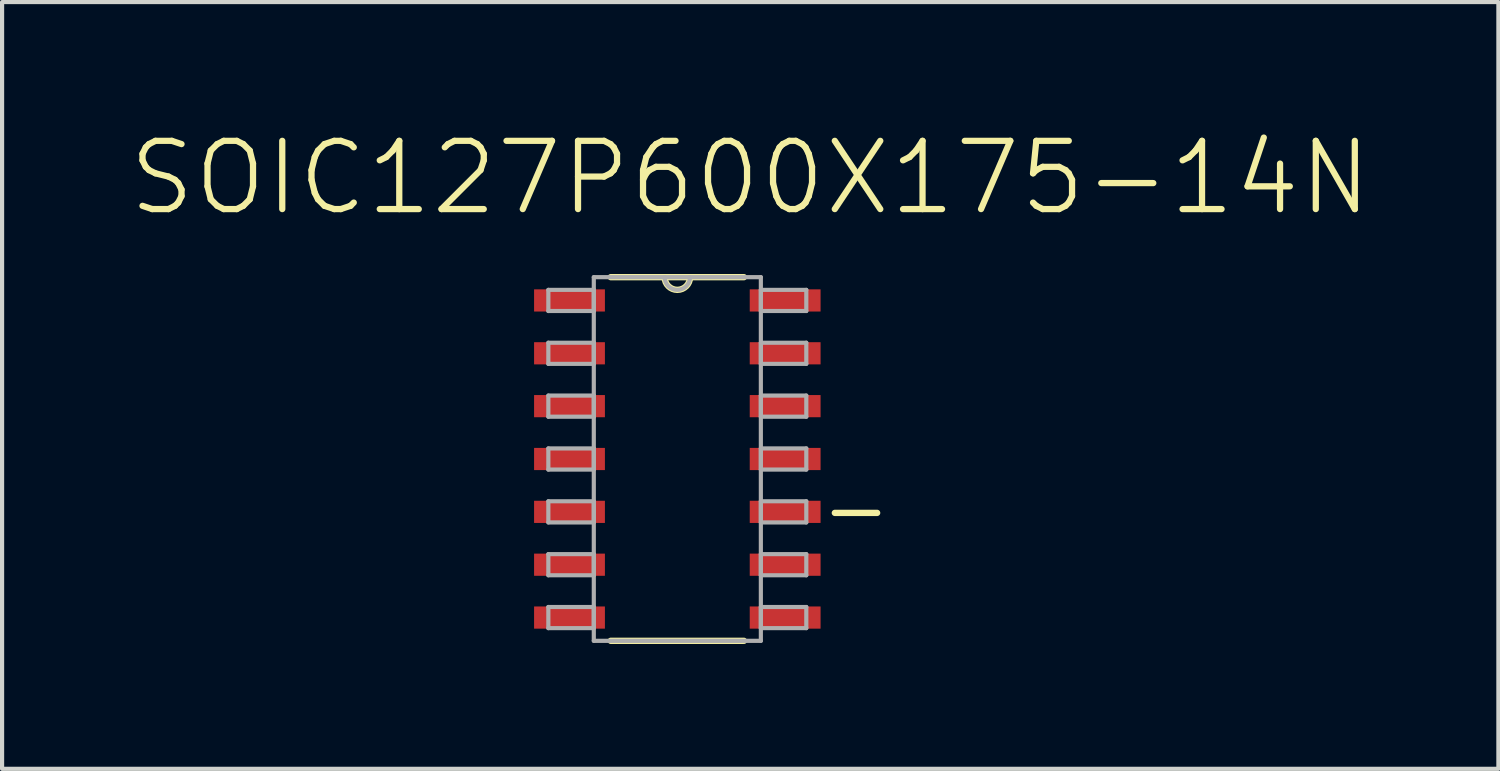
<source format=kicad_pcb>
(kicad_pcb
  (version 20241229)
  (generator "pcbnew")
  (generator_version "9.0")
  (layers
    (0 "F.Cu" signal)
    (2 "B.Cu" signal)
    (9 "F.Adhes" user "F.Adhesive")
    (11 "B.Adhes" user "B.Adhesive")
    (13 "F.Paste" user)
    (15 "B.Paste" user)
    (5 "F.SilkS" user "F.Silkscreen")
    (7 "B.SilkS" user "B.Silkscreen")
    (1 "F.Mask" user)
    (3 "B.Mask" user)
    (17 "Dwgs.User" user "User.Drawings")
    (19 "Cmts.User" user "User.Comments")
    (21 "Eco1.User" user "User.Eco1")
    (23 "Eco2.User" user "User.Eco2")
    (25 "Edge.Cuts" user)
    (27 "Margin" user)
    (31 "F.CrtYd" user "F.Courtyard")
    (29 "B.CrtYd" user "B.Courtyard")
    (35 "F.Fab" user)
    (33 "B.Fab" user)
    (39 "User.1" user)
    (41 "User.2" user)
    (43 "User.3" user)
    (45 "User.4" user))
  (footprint "SOIC127P600X175-14N"
    (layer "F.Cu")
    (at 13.225 7.979)
    (property "Reference" "SOIC127P600X175-14N" (at 1.753 -6.756 0) (layer "F.SilkS") (effects (font (size 1.64 1.64) (thickness 0.15))))
    (attr smd)
    (fp_line (start -1.6 4.369) (end 1.6 4.369) (stroke (width 0.152) (type solid)) (layer "F.SilkS"))
    (fp_line (start -0.305 -4.369) (end -1.6 -4.369) (stroke (width 0.152) (type solid)) (layer "F.SilkS"))
    (fp_line (start 0.305 -4.369) (end -0.305 -4.369) (stroke (width 0.152) (type solid)) (layer "F.SilkS"))
    (fp_line (start 1.6 -4.369) (end 0.305 -4.369) (stroke (width 0.152) (type solid)) (layer "F.SilkS"))
    (fp_line (start 4.801 1.295) (end 3.785 1.295) (stroke (width 0.152) (type solid)) (layer "F.SilkS"))
    (fp_arc (start 0.3048 -4.3688) (mid 0 -4.064) (end -0.3048 -4.3688) (stroke (width 0.1524) (type solid)) (layer "F.SilkS"))
    (fp_line (start -3.099 -4.064) (end -3.099 -3.556) (stroke (width 0.1) (type solid)) (layer "F.Fab"))
    (fp_line (start -3.099 -3.556) (end -2.007 -3.556) (stroke (width 0.1) (type solid)) (layer "F.Fab"))
    (fp_line (start -3.099 -2.794) (end -3.099 -2.286) (stroke (width 0.1) (type solid)) (layer "F.Fab"))
    (fp_line (start -3.099 -2.286) (end -2.007 -2.286) (stroke (width 0.1) (type solid)) (layer "F.Fab"))
    (fp_line (start -3.099 -1.524) (end -3.099 -1.016) (stroke (width 0.1) (type solid)) (layer "F.Fab"))
    (fp_line (start -3.099 -1.016) (end -2.007 -1.016) (stroke (width 0.1) (type solid)) (layer "F.Fab"))
    (fp_line (start -3.099 -0.254) (end -3.099 0.254) (stroke (width 0.1) (type solid)) (layer "F.Fab"))
    (fp_line (start -3.099 0.254) (end -2.007 0.254) (stroke (width 0.1) (type solid)) (layer "F.Fab"))
    (fp_line (start -3.099 1.016) (end -3.099 1.524) (stroke (width 0.1) (type solid)) (layer "F.Fab"))
    (fp_line (start -3.099 1.524) (end -2.007 1.524) (stroke (width 0.1) (type solid)) (layer "F.Fab"))
    (fp_line (start -3.099 2.286) (end -3.099 2.794) (stroke (width 0.1) (type solid)) (layer "F.Fab"))
    (fp_line (start -3.099 2.794) (end -2.007 2.794) (stroke (width 0.1) (type solid)) (layer "F.Fab"))
    (fp_line (start -3.099 3.556) (end -3.099 4.064) (stroke (width 0.1) (type solid)) (layer "F.Fab"))
    (fp_line (start -3.099 4.064) (end -2.007 4.064) (stroke (width 0.1) (type solid)) (layer "F.Fab"))
    (fp_line (start -2.007 -4.369) (end -2.007 4.369) (stroke (width 0.1) (type solid)) (layer "F.Fab"))
    (fp_line (start -2.007 -4.064) (end -3.099 -4.064) (stroke (width 0.1) (type solid)) (layer "F.Fab"))
    (fp_line (start -2.007 -3.556) (end -2.007 -4.064) (stroke (width 0.1) (type solid)) (layer "F.Fab"))
    (fp_line (start -2.007 -2.794) (end -3.099 -2.794) (stroke (width 0.1) (type solid)) (layer "F.Fab"))
    (fp_line (start -2.007 -2.286) (end -2.007 -2.794) (stroke (width 0.1) (type solid)) (layer "F.Fab"))
    (fp_line (start -2.007 -1.524) (end -3.099 -1.524) (stroke (width 0.1) (type solid)) (layer "F.Fab"))
    (fp_line (start -2.007 -1.016) (end -2.007 -1.524) (stroke (width 0.1) (type solid)) (layer "F.Fab"))
    (fp_line (start -2.007 -0.254) (end -3.099 -0.254) (stroke (width 0.1) (type solid)) (layer "F.Fab"))
    (fp_line (start -2.007 0.254) (end -2.007 -0.254) (stroke (width 0.1) (type solid)) (layer "F.Fab"))
    (fp_line (start -2.007 1.016) (end -3.099 1.016) (stroke (width 0.1) (type solid)) (layer "F.Fab"))
    (fp_line (start -2.007 1.524) (end -2.007 1.016) (stroke (width 0.1) (type solid)) (layer "F.Fab"))
    (fp_line (start -2.007 2.286) (end -3.099 2.286) (stroke (width 0.1) (type solid)) (layer "F.Fab"))
    (fp_line (start -2.007 2.794) (end -2.007 2.286) (stroke (width 0.1) (type solid)) (layer "F.Fab"))
    (fp_line (start -2.007 3.556) (end -3.099 3.556) (stroke (width 0.1) (type solid)) (layer "F.Fab"))
    (fp_line (start -2.007 4.064) (end -2.007 3.556) (stroke (width 0.1) (type solid)) (layer "F.Fab"))
    (fp_line (start -2.007 4.369) (end 2.007 4.369) (stroke (width 0.1) (type solid)) (layer "F.Fab"))
    (fp_line (start -0.305 -4.369) (end -2.007 -4.369) (stroke (width 0.1) (type solid)) (layer "F.Fab"))
    (fp_line (start 0.305 -4.369) (end -0.305 -4.369) (stroke (width 0.1) (type solid)) (layer "F.Fab"))
    (fp_line (start 2.007 -4.369) (end 0.305 -4.369) (stroke (width 0.1) (type solid)) (layer "F.Fab"))
    (fp_line (start 2.007 -4.064) (end 2.007 -3.556) (stroke (width 0.1) (type solid)) (layer "F.Fab"))
    (fp_line (start 2.007 -3.556) (end 3.099 -3.556) (stroke (width 0.1) (type solid)) (layer "F.Fab"))
    (fp_line (start 2.007 -2.794) (end 2.007 -2.286) (stroke (width 0.1) (type solid)) (layer "F.Fab"))
    (fp_line (start 2.007 -2.286) (end 3.099 -2.286) (stroke (width 0.1) (type solid)) (layer "F.Fab"))
    (fp_line (start 2.007 -1.524) (end 2.007 -1.016) (stroke (width 0.1) (type solid)) (layer "F.Fab"))
    (fp_line (start 2.007 -1.016) (end 3.099 -1.016) (stroke (width 0.1) (type solid)) (layer "F.Fab"))
    (fp_line (start 2.007 -0.254) (end 2.007 0.254) (stroke (width 0.1) (type solid)) (layer "F.Fab"))
    (fp_line (start 2.007 0.254) (end 3.099 0.254) (stroke (width 0.1) (type solid)) (layer "F.Fab"))
    (fp_line (start 2.007 1.016) (end 2.007 1.524) (stroke (width 0.1) (type solid)) (layer "F.Fab"))
    (fp_line (start 2.007 1.524) (end 3.099 1.524) (stroke (width 0.1) (type solid)) (layer "F.Fab"))
    (fp_line (start 2.007 2.286) (end 2.007 2.794) (stroke (width 0.1) (type solid)) (layer "F.Fab"))
    (fp_line (start 2.007 2.794) (end 3.099 2.794) (stroke (width 0.1) (type solid)) (layer "F.Fab"))
    (fp_line (start 2.007 3.556) (end 2.007 4.064) (stroke (width 0.1) (type solid)) (layer "F.Fab"))
    (fp_line (start 2.007 4.064) (end 3.099 4.064) (stroke (width 0.1) (type solid)) (layer "F.Fab"))
    (fp_line (start 2.007 4.369) (end 2.007 -4.369) (stroke (width 0.1) (type solid)) (layer "F.Fab"))
    (fp_line (start 3.099 -4.064) (end 2.007 -4.064) (stroke (width 0.1) (type solid)) (layer "F.Fab"))
    (fp_line (start 3.099 -3.556) (end 3.099 -4.064) (stroke (width 0.1) (type solid)) (layer "F.Fab"))
    (fp_line (start 3.099 -2.794) (end 2.007 -2.794) (stroke (width 0.1) (type solid)) (layer "F.Fab"))
    (fp_line (start 3.099 -2.286) (end 3.099 -2.794) (stroke (width 0.1) (type solid)) (layer "F.Fab"))
    (fp_line (start 3.099 -1.524) (end 2.007 -1.524) (stroke (width 0.1) (type solid)) (layer "F.Fab"))
    (fp_line (start 3.099 -1.016) (end 3.099 -1.524) (stroke (width 0.1) (type solid)) (layer "F.Fab"))
    (fp_line (start 3.099 -0.254) (end 2.007 -0.254) (stroke (width 0.1) (type solid)) (layer "F.Fab"))
    (fp_line (start 3.099 0.254) (end 3.099 -0.254) (stroke (width 0.1) (type solid)) (layer "F.Fab"))
    (fp_line (start 3.099 1.016) (end 2.007 1.016) (stroke (width 0.1) (type solid)) (layer "F.Fab"))
    (fp_line (start 3.099 1.524) (end 3.099 1.016) (stroke (width 0.1) (type solid)) (layer "F.Fab"))
    (fp_line (start 3.099 2.286) (end 2.007 2.286) (stroke (width 0.1) (type solid)) (layer "F.Fab"))
    (fp_line (start 3.099 2.794) (end 3.099 2.286) (stroke (width 0.1) (type solid)) (layer "F.Fab"))
    (fp_line (start 3.099 3.556) (end 2.007 3.556) (stroke (width 0.1) (type solid)) (layer "F.Fab"))
    (fp_line (start 3.099 4.064) (end 3.099 3.556) (stroke (width 0.1) (type solid)) (layer "F.Fab"))
    (fp_arc (start 0.3048 -4.3688) (mid 0 -4.064) (end -0.3048 -4.3688) (stroke (width 0.1) (type solid)) (layer "F.Fab"))
    (pad "1" smd rect (at -2.591 -3.81) (size 1.702 0.533) (layers "F.Cu" "F.Mask" "F.Paste"))
    (pad "2" smd rect (at -2.591 -2.54) (size 1.702 0.533) (layers "F.Cu" "F.Mask" "F.Paste"))
    (pad "3" smd rect (at -2.591 -1.27) (size 1.702 0.533) (layers "F.Cu" "F.Mask" "F.Paste"))
    (pad "4" smd rect (at -2.591 0) (size 1.702 0.533) (layers "F.Cu" "F.Mask" "F.Paste"))
    (pad "5" smd rect (at -2.591 1.27) (size 1.702 0.533) (layers "F.Cu" "F.Mask" "F.Paste"))
    (pad "6" smd rect (at -2.591 2.54) (size 1.702 0.533) (layers "F.Cu" "F.Mask" "F.Paste"))
    (pad "7" smd rect (at -2.591 3.81) (size 1.702 0.533) (layers "F.Cu" "F.Mask" "F.Paste"))
    (pad "8" smd rect (at 2.591 3.81) (size 1.702 0.533) (layers "F.Cu" "F.Mask" "F.Paste"))
    (pad "9" smd rect (at 2.591 2.54) (size 1.702 0.533) (layers "F.Cu" "F.Mask" "F.Paste"))
    (pad "10" smd rect (at 2.591 1.27) (size 1.702 0.533) (layers "F.Cu" "F.Mask" "F.Paste"))
    (pad "11" smd rect (at 2.591 0) (size 1.702 0.533) (layers "F.Cu" "F.Mask" "F.Paste"))
    (pad "12" smd rect (at 2.591 -1.27) (size 1.702 0.533) (layers "F.Cu" "F.Mask" "F.Paste"))
    (pad "13" smd rect (at 2.591 -2.54) (size 1.702 0.533) (layers "F.Cu" "F.Mask" "F.Paste"))
    (pad "14" smd rect (at 2.591 -3.81) (size 1.702 0.533) (layers "F.Cu" "F.Mask" "F.Paste")))
  (gr_rect
    (start -3 -3)
    (end 32.954 15.424)
    (stroke (width 0.1) (type default))
    (fill no)
    (layer "Edge.Cuts")))
</source>
